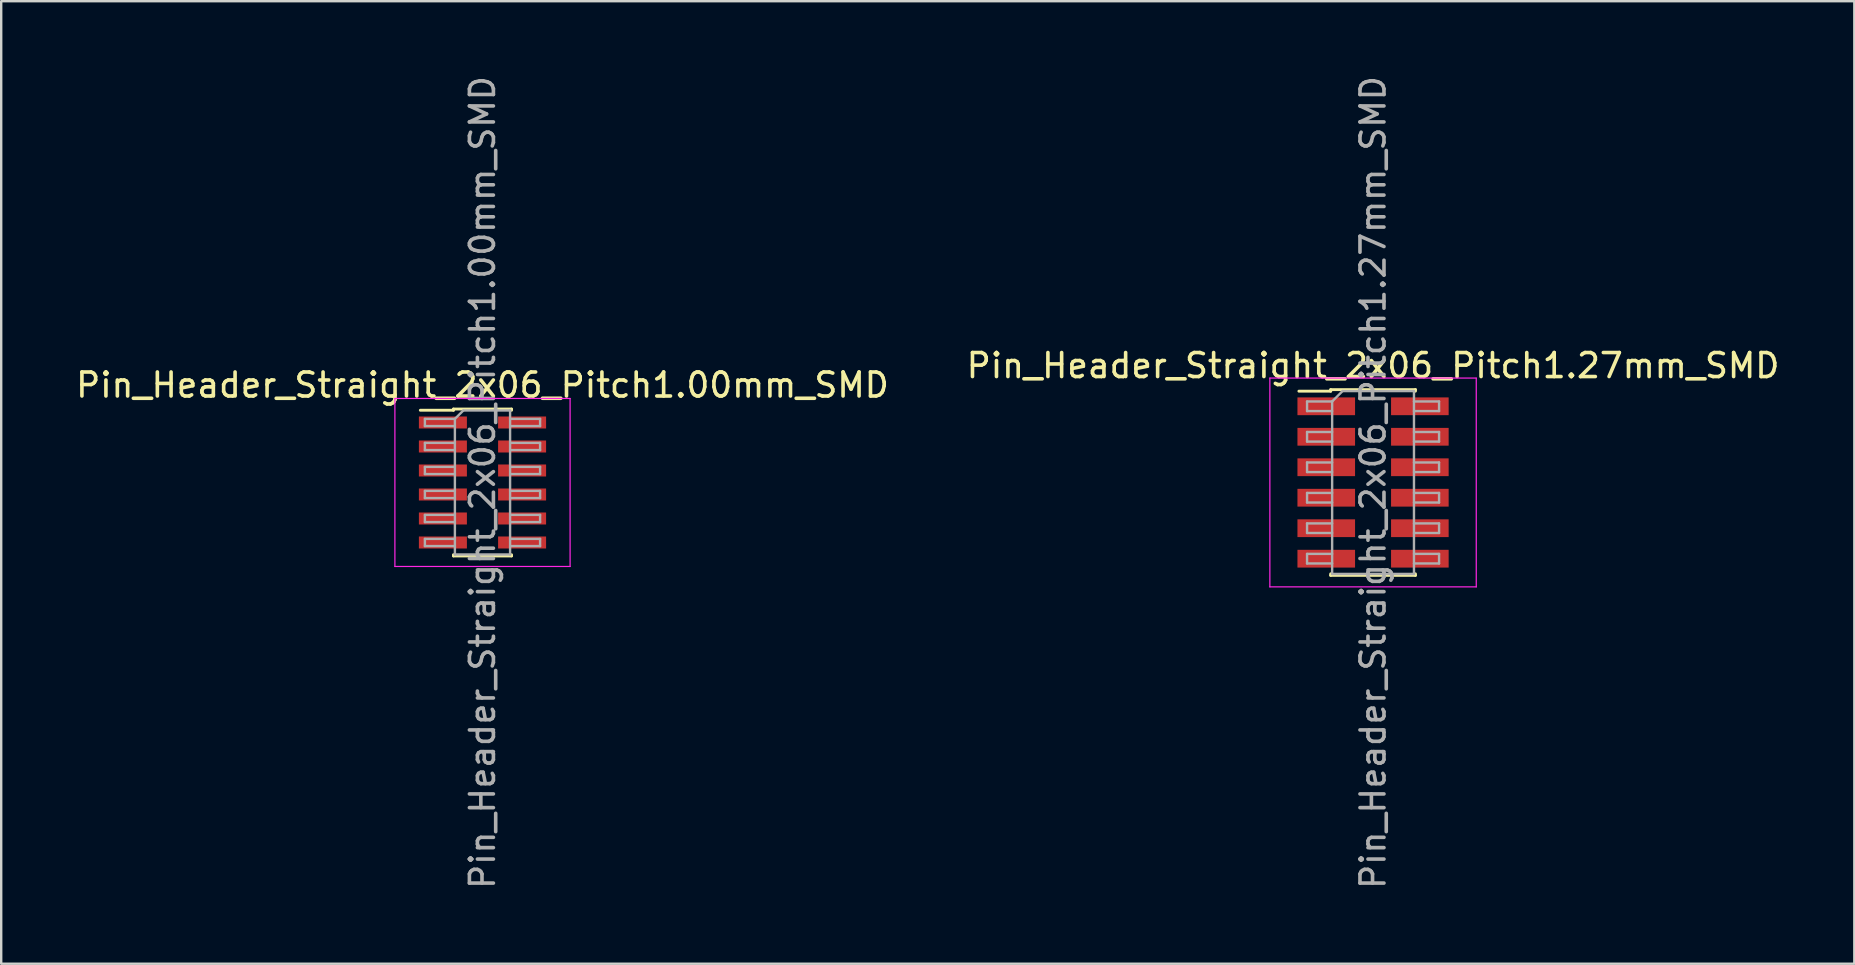
<source format=kicad_pcb>
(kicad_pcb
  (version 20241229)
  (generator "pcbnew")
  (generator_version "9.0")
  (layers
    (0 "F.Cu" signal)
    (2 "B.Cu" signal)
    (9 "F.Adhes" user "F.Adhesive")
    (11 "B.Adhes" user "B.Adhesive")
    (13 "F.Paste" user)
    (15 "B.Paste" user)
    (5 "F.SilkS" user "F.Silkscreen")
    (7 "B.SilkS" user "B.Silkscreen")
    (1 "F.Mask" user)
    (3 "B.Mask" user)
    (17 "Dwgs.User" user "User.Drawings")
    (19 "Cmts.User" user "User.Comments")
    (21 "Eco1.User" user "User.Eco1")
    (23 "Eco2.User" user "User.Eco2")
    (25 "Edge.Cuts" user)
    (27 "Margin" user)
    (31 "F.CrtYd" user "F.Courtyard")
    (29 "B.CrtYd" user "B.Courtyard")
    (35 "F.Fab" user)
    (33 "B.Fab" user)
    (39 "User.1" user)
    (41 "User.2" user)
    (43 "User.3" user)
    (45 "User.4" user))
  (footprint "Pin_Header_Straight_2x06_Pitch1.00mm_SMD"
    (layer "F.Cu")
    (at 17.054 17.054)
    (property "Reference" "Pin_Header_Straight_2x06_Pitch1.00mm_SMD" (at 0 -4.06 0) (layer "F.SilkS") (effects (font (size 1 1) (thickness 0.15))))
    (attr smd)
    (fp_line (start -2.59 -3.01) (end -1.21 -3.01) (stroke (width 0.12) (type solid)) (layer "F.SilkS"))
    (fp_line (start -1.21 -3.06) (end -1.21 -3.01) (stroke (width 0.12) (type solid)) (layer "F.SilkS"))
    (fp_line (start -1.21 -3.06) (end 1.21 -3.06) (stroke (width 0.12) (type solid)) (layer "F.SilkS"))
    (fp_line (start -1.21 3.01) (end -1.21 3.06) (stroke (width 0.12) (type solid)) (layer "F.SilkS"))
    (fp_line (start -1.21 3.06) (end 1.21 3.06) (stroke (width 0.12) (type solid)) (layer "F.SilkS"))
    (fp_line (start 1.21 -3.06) (end 1.21 -3.01) (stroke (width 0.12) (type solid)) (layer "F.SilkS"))
    (fp_line (start 1.21 3.01) (end 1.21 3.06) (stroke (width 0.12) (type solid)) (layer "F.SilkS"))
    (fp_line (start -3.65 -3.5) (end -3.65 3.5) (stroke (width 0.05) (type solid)) (layer "F.CrtYd"))
    (fp_line (start -3.65 3.5) (end 3.65 3.5) (stroke (width 0.05) (type solid)) (layer "F.CrtYd"))
    (fp_line (start 3.65 -3.5) (end -3.65 -3.5) (stroke (width 0.05) (type solid)) (layer "F.CrtYd"))
    (fp_line (start 3.65 3.5) (end 3.65 -3.5) (stroke (width 0.05) (type solid)) (layer "F.CrtYd"))
    (fp_line (start -2.4 -2.65) (end -2.4 -2.35) (stroke (width 0.1) (type solid)) (layer "F.Fab"))
    (fp_line (start -2.4 -2.35) (end -1.15 -2.35) (stroke (width 0.1) (type solid)) (layer "F.Fab"))
    (fp_line (start -2.4 -1.65) (end -2.4 -1.35) (stroke (width 0.1) (type solid)) (layer "F.Fab"))
    (fp_line (start -2.4 -1.35) (end -1.15 -1.35) (stroke (width 0.1) (type solid)) (layer "F.Fab"))
    (fp_line (start -2.4 -0.65) (end -2.4 -0.35) (stroke (width 0.1) (type solid)) (layer "F.Fab"))
    (fp_line (start -2.4 -0.35) (end -1.15 -0.35) (stroke (width 0.1) (type solid)) (layer "F.Fab"))
    (fp_line (start -2.4 0.35) (end -2.4 0.65) (stroke (width 0.1) (type solid)) (layer "F.Fab"))
    (fp_line (start -2.4 0.65) (end -1.15 0.65) (stroke (width 0.1) (type solid)) (layer "F.Fab"))
    (fp_line (start -2.4 1.35) (end -2.4 1.65) (stroke (width 0.1) (type solid)) (layer "F.Fab"))
    (fp_line (start -2.4 1.65) (end -1.15 1.65) (stroke (width 0.1) (type solid)) (layer "F.Fab"))
    (fp_line (start -2.4 2.35) (end -2.4 2.65) (stroke (width 0.1) (type solid)) (layer "F.Fab"))
    (fp_line (start -2.4 2.65) (end -1.15 2.65) (stroke (width 0.1) (type solid)) (layer "F.Fab"))
    (fp_line (start -1.15 -2.65) (end -2.4 -2.65) (stroke (width 0.1) (type solid)) (layer "F.Fab"))
    (fp_line (start -1.15 -2.65) (end -0.8 -3) (stroke (width 0.1) (type solid)) (layer "F.Fab"))
    (fp_line (start -1.15 -1.65) (end -2.4 -1.65) (stroke (width 0.1) (type solid)) (layer "F.Fab"))
    (fp_line (start -1.15 -0.65) (end -2.4 -0.65) (stroke (width 0.1) (type solid)) (layer "F.Fab"))
    (fp_line (start -1.15 0.35) (end -2.4 0.35) (stroke (width 0.1) (type solid)) (layer "F.Fab"))
    (fp_line (start -1.15 1.35) (end -2.4 1.35) (stroke (width 0.1) (type solid)) (layer "F.Fab"))
    (fp_line (start -1.15 2.35) (end -2.4 2.35) (stroke (width 0.1) (type solid)) (layer "F.Fab"))
    (fp_line (start -1.15 3) (end -1.15 -2.65) (stroke (width 0.1) (type solid)) (layer "F.Fab"))
    (fp_line (start -0.8 -3) (end 1.15 -3) (stroke (width 0.1) (type solid)) (layer "F.Fab"))
    (fp_line (start 1.15 -3) (end 1.15 3) (stroke (width 0.1) (type solid)) (layer "F.Fab"))
    (fp_line (start 1.15 -2.65) (end 2.4 -2.65) (stroke (width 0.1) (type solid)) (layer "F.Fab"))
    (fp_line (start 1.15 -1.65) (end 2.4 -1.65) (stroke (width 0.1) (type solid)) (layer "F.Fab"))
    (fp_line (start 1.15 -0.65) (end 2.4 -0.65) (stroke (width 0.1) (type solid)) (layer "F.Fab"))
    (fp_line (start 1.15 0.35) (end 2.4 0.35) (stroke (width 0.1) (type solid)) (layer "F.Fab"))
    (fp_line (start 1.15 1.35) (end 2.4 1.35) (stroke (width 0.1) (type solid)) (layer "F.Fab"))
    (fp_line (start 1.15 2.35) (end 2.4 2.35) (stroke (width 0.1) (type solid)) (layer "F.Fab"))
    (fp_line (start 1.15 3) (end -1.15 3) (stroke (width 0.1) (type solid)) (layer "F.Fab"))
    (fp_line (start 2.4 -2.65) (end 2.4 -2.35) (stroke (width 0.1) (type solid)) (layer "F.Fab"))
    (fp_line (start 2.4 -2.35) (end 1.15 -2.35) (stroke (width 0.1) (type solid)) (layer "F.Fab"))
    (fp_line (start 2.4 -1.65) (end 2.4 -1.35) (stroke (width 0.1) (type solid)) (layer "F.Fab"))
    (fp_line (start 2.4 -1.35) (end 1.15 -1.35) (stroke (width 0.1) (type solid)) (layer "F.Fab"))
    (fp_line (start 2.4 -0.65) (end 2.4 -0.35) (stroke (width 0.1) (type solid)) (layer "F.Fab"))
    (fp_line (start 2.4 -0.35) (end 1.15 -0.35) (stroke (width 0.1) (type solid)) (layer "F.Fab"))
    (fp_line (start 2.4 0.35) (end 2.4 0.65) (stroke (width 0.1) (type solid)) (layer "F.Fab"))
    (fp_line (start 2.4 0.65) (end 1.15 0.65) (stroke (width 0.1) (type solid)) (layer "F.Fab"))
    (fp_line (start 2.4 1.35) (end 2.4 1.65) (stroke (width 0.1) (type solid)) (layer "F.Fab"))
    (fp_line (start 2.4 1.65) (end 1.15 1.65) (stroke (width 0.1) (type solid)) (layer "F.Fab"))
    (fp_line (start 2.4 2.35) (end 2.4 2.65) (stroke (width 0.1) (type solid)) (layer "F.Fab"))
    (fp_line (start 2.4 2.65) (end 1.15 2.65) (stroke (width 0.1) (type solid)) (layer "F.Fab"))
    (fp_text user "${REFERENCE}" (at 0 0 90) (layer "F.Fab") (effects (font (size 1 1) (thickness 0.15))))
    (pad "1" smd rect (at -1.65 -2.5) (size 2 0.5) (layers "F.Cu" "F.Mask" "F.Paste"))
    (pad "2" smd rect (at 1.65 -2.5) (size 2 0.5) (layers "F.Cu" "F.Mask" "F.Paste"))
    (pad "3" smd rect (at -1.65 -1.5) (size 2 0.5) (layers "F.Cu" "F.Mask" "F.Paste"))
    (pad "4" smd rect (at 1.65 -1.5) (size 2 0.5) (layers "F.Cu" "F.Mask" "F.Paste"))
    (pad "5" smd rect (at -1.65 -0.5) (size 2 0.5) (layers "F.Cu" "F.Mask" "F.Paste"))
    (pad "6" smd rect (at 1.65 -0.5) (size 2 0.5) (layers "F.Cu" "F.Mask" "F.Paste"))
    (pad "7" smd rect (at -1.65 0.5) (size 2 0.5) (layers "F.Cu" "F.Mask" "F.Paste"))
    (pad "8" smd rect (at 1.65 0.5) (size 2 0.5) (layers "F.Cu" "F.Mask" "F.Paste"))
    (pad "9" smd rect (at -1.65 1.5) (size 2 0.5) (layers "F.Cu" "F.Mask" "F.Paste"))
    (pad "10" smd rect (at 1.65 1.5) (size 2 0.5) (layers "F.Cu" "F.Mask" "F.Paste"))
    (pad "11" smd rect (at -1.65 2.5) (size 2 0.5) (layers "F.Cu" "F.Mask" "F.Paste"))
    (pad "12" smd rect (at 1.65 2.5) (size 2 0.5) (layers "F.Cu" "F.Mask" "F.Paste")))
  (footprint "Pin_Header_Straight_2x06_Pitch1.27mm_SMD"
    (layer "F.Cu")
    (at 54.161 17.054)
    (property "Reference" "Pin_Header_Straight_2x06_Pitch1.27mm_SMD" (at 0 -4.87 0) (layer "F.SilkS") (effects (font (size 1 1) (thickness 0.15))))
    (attr smd)
    (fp_line (start -3.09 -3.805) (end -1.765 -3.805) (stroke (width 0.12) (type solid)) (layer "F.SilkS"))
    (fp_line (start -1.765 -3.87) (end -1.765 -3.805) (stroke (width 0.12) (type solid)) (layer "F.SilkS"))
    (fp_line (start -1.765 -3.87) (end 1.765 -3.87) (stroke (width 0.12) (type solid)) (layer "F.SilkS"))
    (fp_line (start -1.765 3.805) (end -1.765 3.87) (stroke (width 0.12) (type solid)) (layer "F.SilkS"))
    (fp_line (start -1.765 3.87) (end 1.765 3.87) (stroke (width 0.12) (type solid)) (layer "F.SilkS"))
    (fp_line (start 1.765 -3.87) (end 1.765 -3.805) (stroke (width 0.12) (type solid)) (layer "F.SilkS"))
    (fp_line (start 1.765 3.805) (end 1.765 3.87) (stroke (width 0.12) (type solid)) (layer "F.SilkS"))
    (fp_line (start -4.3 -4.35) (end -4.3 4.35) (stroke (width 0.05) (type solid)) (layer "F.CrtYd"))
    (fp_line (start -4.3 4.35) (end 4.3 4.35) (stroke (width 0.05) (type solid)) (layer "F.CrtYd"))
    (fp_line (start 4.3 -4.35) (end -4.3 -4.35) (stroke (width 0.05) (type solid)) (layer "F.CrtYd"))
    (fp_line (start 4.3 4.35) (end 4.3 -4.35) (stroke (width 0.05) (type solid)) (layer "F.CrtYd"))
    (fp_line (start -2.75 -3.375) (end -2.75 -2.975) (stroke (width 0.1) (type solid)) (layer "F.Fab"))
    (fp_line (start -2.75 -2.975) (end -1.705 -2.975) (stroke (width 0.1) (type solid)) (layer "F.Fab"))
    (fp_line (start -2.75 -2.105) (end -2.75 -1.705) (stroke (width 0.1) (type solid)) (layer "F.Fab"))
    (fp_line (start -2.75 -1.705) (end -1.705 -1.705) (stroke (width 0.1) (type solid)) (layer "F.Fab"))
    (fp_line (start -2.75 -0.835) (end -2.75 -0.435) (stroke (width 0.1) (type solid)) (layer "F.Fab"))
    (fp_line (start -2.75 -0.435) (end -1.705 -0.435) (stroke (width 0.1) (type solid)) (layer "F.Fab"))
    (fp_line (start -2.75 0.435) (end -2.75 0.835) (stroke (width 0.1) (type solid)) (layer "F.Fab"))
    (fp_line (start -2.75 0.835) (end -1.705 0.835) (stroke (width 0.1) (type solid)) (layer "F.Fab"))
    (fp_line (start -2.75 1.705) (end -2.75 2.105) (stroke (width 0.1) (type solid)) (layer "F.Fab"))
    (fp_line (start -2.75 2.105) (end -1.705 2.105) (stroke (width 0.1) (type solid)) (layer "F.Fab"))
    (fp_line (start -2.75 2.975) (end -2.75 3.375) (stroke (width 0.1) (type solid)) (layer "F.Fab"))
    (fp_line (start -2.75 3.375) (end -1.705 3.375) (stroke (width 0.1) (type solid)) (layer "F.Fab"))
    (fp_line (start -1.705 -3.375) (end -2.75 -3.375) (stroke (width 0.1) (type solid)) (layer "F.Fab"))
    (fp_line (start -1.705 -3.375) (end -1.27 -3.81) (stroke (width 0.1) (type solid)) (layer "F.Fab"))
    (fp_line (start -1.705 -2.105) (end -2.75 -2.105) (stroke (width 0.1) (type solid)) (layer "F.Fab"))
    (fp_line (start -1.705 -0.835) (end -2.75 -0.835) (stroke (width 0.1) (type solid)) (layer "F.Fab"))
    (fp_line (start -1.705 0.435) (end -2.75 0.435) (stroke (width 0.1) (type solid)) (layer "F.Fab"))
    (fp_line (start -1.705 1.705) (end -2.75 1.705) (stroke (width 0.1) (type solid)) (layer "F.Fab"))
    (fp_line (start -1.705 2.975) (end -2.75 2.975) (stroke (width 0.1) (type solid)) (layer "F.Fab"))
    (fp_line (start -1.705 3.81) (end -1.705 -3.375) (stroke (width 0.1) (type solid)) (layer "F.Fab"))
    (fp_line (start -1.27 -3.81) (end 1.705 -3.81) (stroke (width 0.1) (type solid)) (layer "F.Fab"))
    (fp_line (start 1.705 -3.81) (end 1.705 3.81) (stroke (width 0.1) (type solid)) (layer "F.Fab"))
    (fp_line (start 1.705 -3.375) (end 2.75 -3.375) (stroke (width 0.1) (type solid)) (layer "F.Fab"))
    (fp_line (start 1.705 -2.105) (end 2.75 -2.105) (stroke (width 0.1) (type solid)) (layer "F.Fab"))
    (fp_line (start 1.705 -0.835) (end 2.75 -0.835) (stroke (width 0.1) (type solid)) (layer "F.Fab"))
    (fp_line (start 1.705 0.435) (end 2.75 0.435) (stroke (width 0.1) (type solid)) (layer "F.Fab"))
    (fp_line (start 1.705 1.705) (end 2.75 1.705) (stroke (width 0.1) (type solid)) (layer "F.Fab"))
    (fp_line (start 1.705 2.975) (end 2.75 2.975) (stroke (width 0.1) (type solid)) (layer "F.Fab"))
    (fp_line (start 1.705 3.81) (end -1.705 3.81) (stroke (width 0.1) (type solid)) (layer "F.Fab"))
    (fp_line (start 2.75 -3.375) (end 2.75 -2.975) (stroke (width 0.1) (type solid)) (layer "F.Fab"))
    (fp_line (start 2.75 -2.975) (end 1.705 -2.975) (stroke (width 0.1) (type solid)) (layer "F.Fab"))
    (fp_line (start 2.75 -2.105) (end 2.75 -1.705) (stroke (width 0.1) (type solid)) (layer "F.Fab"))
    (fp_line (start 2.75 -1.705) (end 1.705 -1.705) (stroke (width 0.1) (type solid)) (layer "F.Fab"))
    (fp_line (start 2.75 -0.835) (end 2.75 -0.435) (stroke (width 0.1) (type solid)) (layer "F.Fab"))
    (fp_line (start 2.75 -0.435) (end 1.705 -0.435) (stroke (width 0.1) (type solid)) (layer "F.Fab"))
    (fp_line (start 2.75 0.435) (end 2.75 0.835) (stroke (width 0.1) (type solid)) (layer "F.Fab"))
    (fp_line (start 2.75 0.835) (end 1.705 0.835) (stroke (width 0.1) (type solid)) (layer "F.Fab"))
    (fp_line (start 2.75 1.705) (end 2.75 2.105) (stroke (width 0.1) (type solid)) (layer "F.Fab"))
    (fp_line (start 2.75 2.105) (end 1.705 2.105) (stroke (width 0.1) (type solid)) (layer "F.Fab"))
    (fp_line (start 2.75 2.975) (end 2.75 3.375) (stroke (width 0.1) (type solid)) (layer "F.Fab"))
    (fp_line (start 2.75 3.375) (end 1.705 3.375) (stroke (width 0.1) (type solid)) (layer "F.Fab"))
    (fp_text user "${REFERENCE}" (at 0 0 90) (layer "F.Fab") (effects (font (size 1 1) (thickness 0.15))))
    (pad "1" smd rect (at -1.95 -3.175) (size 2.4 0.74) (layers "F.Cu" "F.Mask" "F.Paste"))
    (pad "2" smd rect (at 1.95 -3.175) (size 2.4 0.74) (layers "F.Cu" "F.Mask" "F.Paste"))
    (pad "3" smd rect (at -1.95 -1.905) (size 2.4 0.74) (layers "F.Cu" "F.Mask" "F.Paste"))
    (pad "4" smd rect (at 1.95 -1.905) (size 2.4 0.74) (layers "F.Cu" "F.Mask" "F.Paste"))
    (pad "5" smd rect (at -1.95 -0.635) (size 2.4 0.74) (layers "F.Cu" "F.Mask" "F.Paste"))
    (pad "6" smd rect (at 1.95 -0.635) (size 2.4 0.74) (layers "F.Cu" "F.Mask" "F.Paste"))
    (pad "7" smd rect (at -1.95 0.635) (size 2.4 0.74) (layers "F.Cu" "F.Mask" "F.Paste"))
    (pad "8" smd rect (at 1.95 0.635) (size 2.4 0.74) (layers "F.Cu" "F.Mask" "F.Paste"))
    (pad "9" smd rect (at -1.95 1.905) (size 2.4 0.74) (layers "F.Cu" "F.Mask" "F.Paste"))
    (pad "10" smd rect (at 1.95 1.905) (size 2.4 0.74) (layers "F.Cu" "F.Mask" "F.Paste"))
    (pad "11" smd rect (at -1.95 3.175) (size 2.4 0.74) (layers "F.Cu" "F.Mask" "F.Paste"))
    (pad "12" smd rect (at 1.95 3.175) (size 2.4 0.74) (layers "F.Cu" "F.Mask" "F.Paste")))
  (gr_rect
    (start -3 -3)
    (end 74.214 37.107)
    (stroke (width 0.1) (type default))
    (fill no)
    (layer "Edge.Cuts")))
</source>
